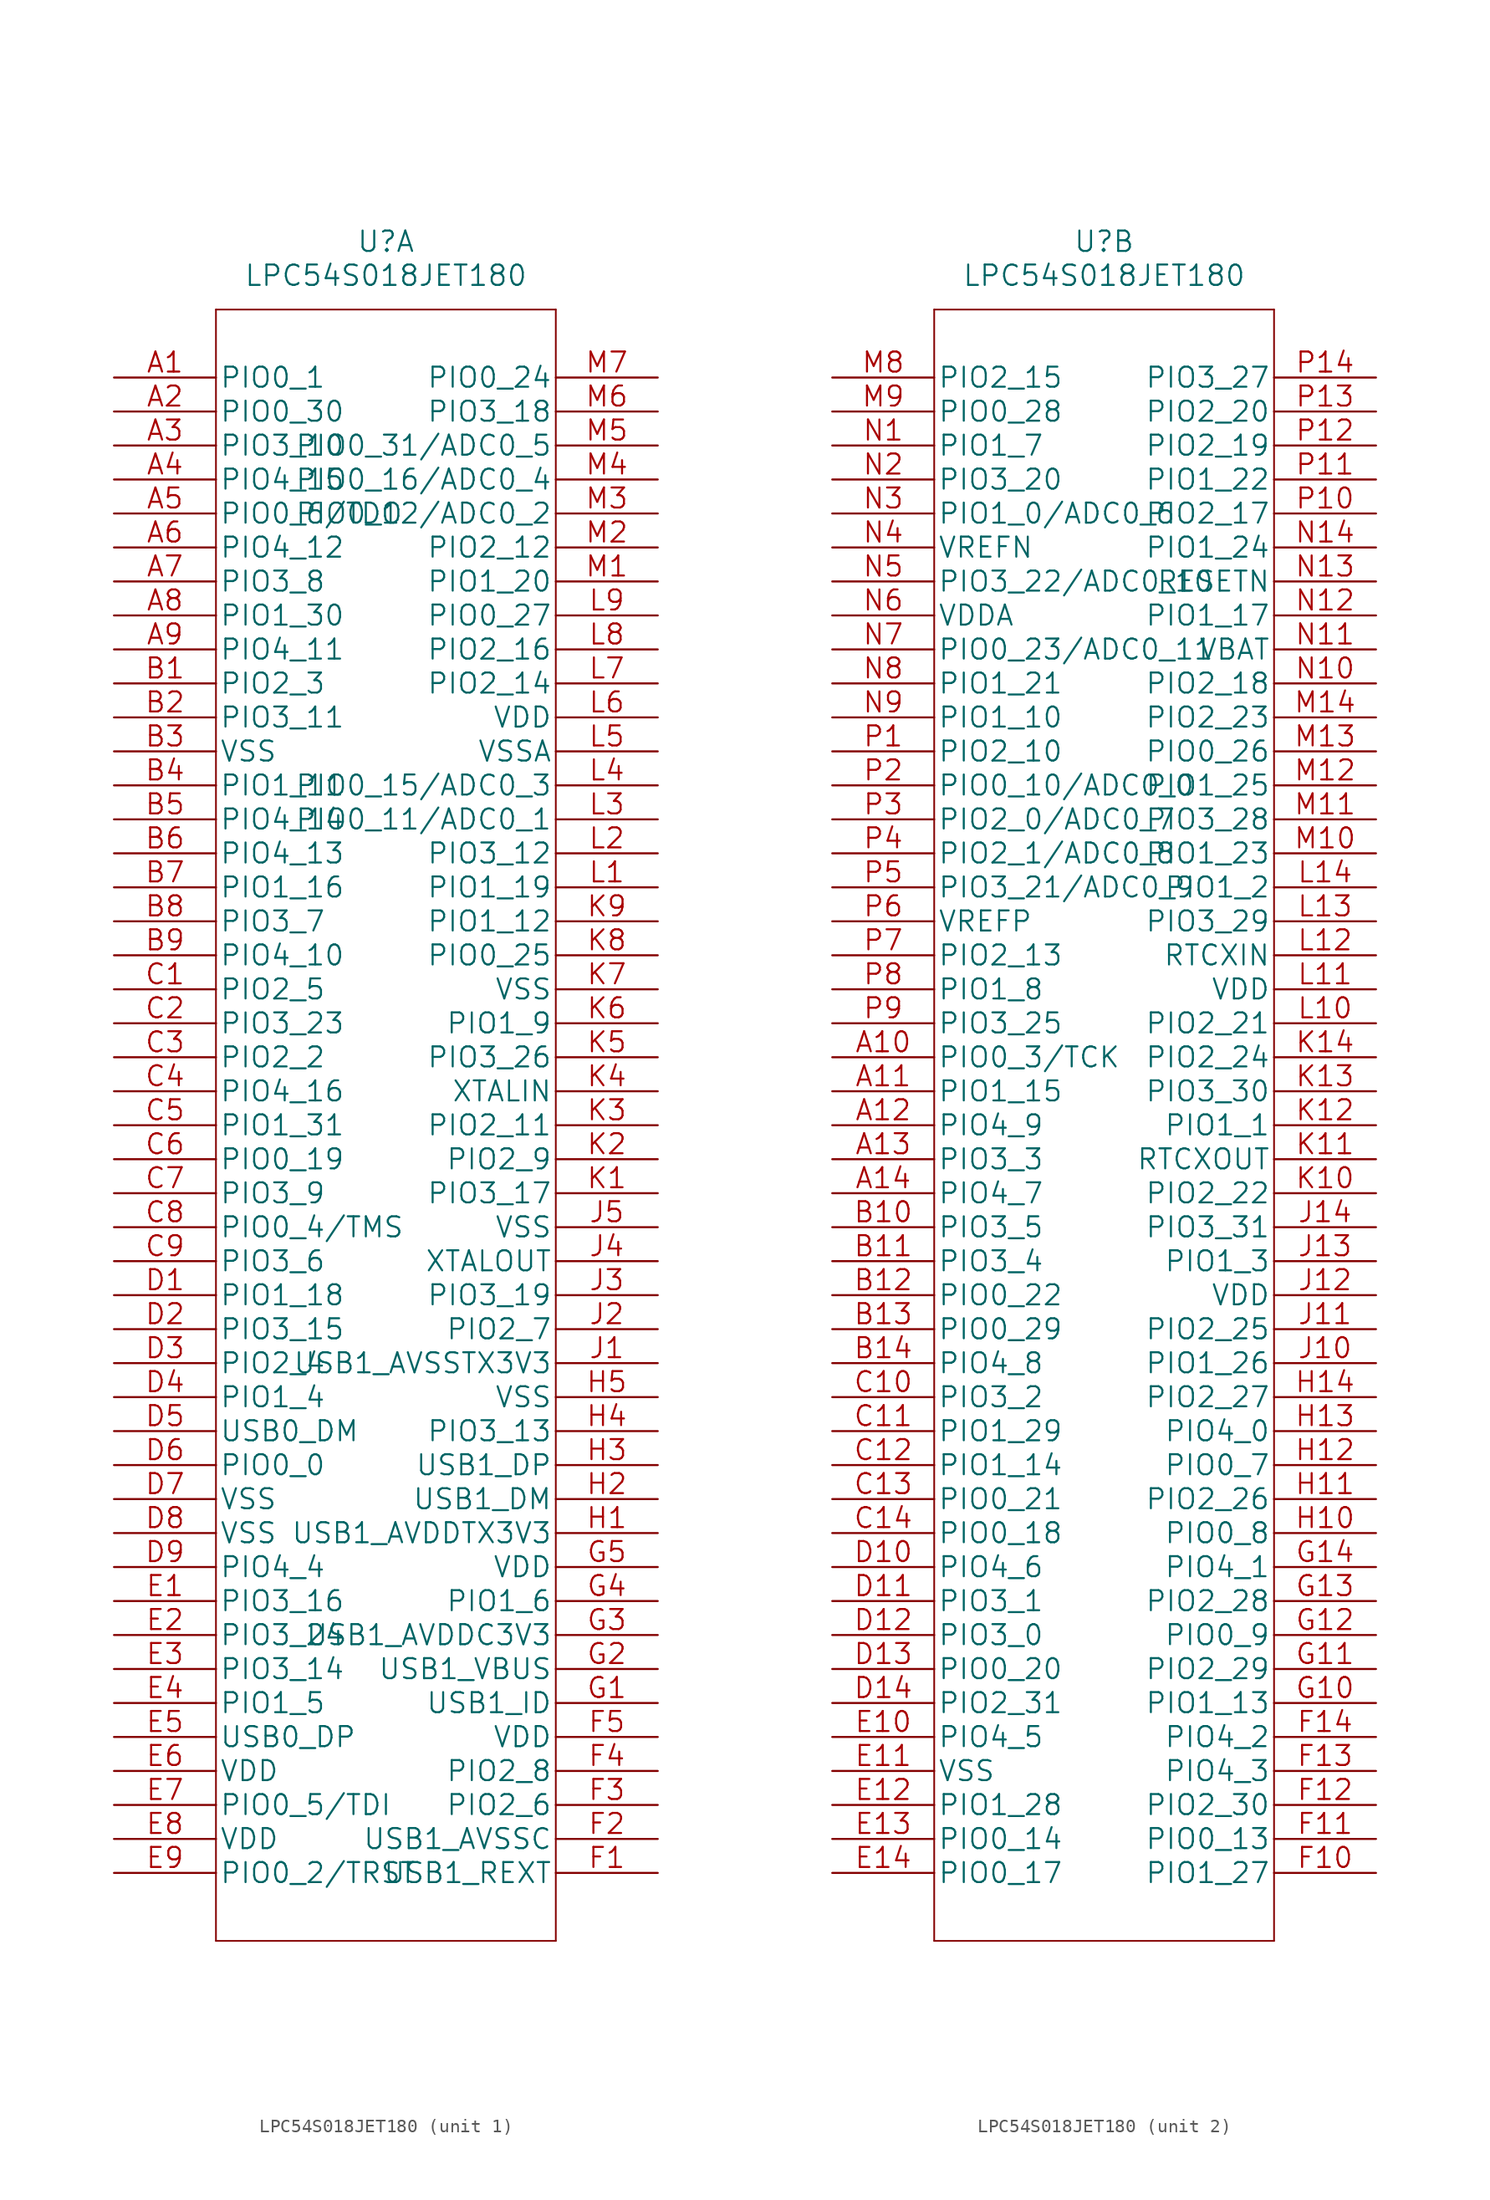
<source format=kicad_sym>
(kicad_symbol_lib
  (version 20220914)
  (generator kicad_symbol_editor)
  (symbol "LPC54S018JET180"
    (pin_names
      (offset 0.254))
    (property "Reference" "U"
      (at 20.32 10.16 0)
      (effects (font (size 1.524 1.524))))
    (property "Value" "LPC54S018JET180"
      (at 20.32 7.62 0)
      (effects (font (size 1.524 1.524))))
    (property "Datasheet" ""
      (at 0 0 0)
      (effects (font (size 1.524 1.524))))
    (symbol "LPC54S018JET180_1_1"
      (polyline (pts (xy 7.62 -116.84) (xy 33.02 -116.84)) (stroke (width 0.127) (type solid)) (fill (type none)))
      (polyline (pts (xy 7.62 5.08) (xy 7.62 -116.84)) (stroke (width 0.127) (type solid)) (fill (type none)))
      (polyline (pts (xy 33.02 -116.84) (xy 33.02 5.08)) (stroke (width 0.127) (type solid)) (fill (type none)))
      (polyline (pts (xy 33.02 5.08) (xy 7.62 5.08)) (stroke (width 0.127) (type solid)) (fill (type none)))
      (pin bidirectional line (at 0 0 0) (length 7.62) (name "PIO0_1" (effects (font (size 1.499 1.499)))) (number "A1" (effects (font (size 1.499 1.499)))))
      (pin bidirectional line (at 0 -2.54 0) (length 7.62) (name "PIO0_30" (effects (font (size 1.499 1.499)))) (number "A2" (effects (font (size 1.499 1.499)))))
      (pin bidirectional line (at 0 -5.08 0) (length 7.62) (name "PIO3_10" (effects (font (size 1.499 1.499)))) (number "A3" (effects (font (size 1.499 1.499)))))
      (pin bidirectional line (at 0 -7.62 0) (length 7.62) (name "PIO4_15" (effects (font (size 1.499 1.499)))) (number "A4" (effects (font (size 1.499 1.499)))))
      (pin bidirectional line (at 0 -10.16 0) (length 7.62) (name "PIO0_6/TDO" (effects (font (size 1.499 1.499)))) (number "A5" (effects (font (size 1.499 1.499)))))
      (pin bidirectional line (at 0 -12.7 0) (length 7.62) (name "PIO4_12" (effects (font (size 1.499 1.499)))) (number "A6" (effects (font (size 1.499 1.499)))))
      (pin bidirectional line (at 0 -15.24 0) (length 7.62) (name "PIO3_8" (effects (font (size 1.499 1.499)))) (number "A7" (effects (font (size 1.499 1.499)))))
      (pin bidirectional line (at 0 -17.78 0) (length 7.62) (name "PIO1_30" (effects (font (size 1.499 1.499)))) (number "A8" (effects (font (size 1.499 1.499)))))
      (pin bidirectional line (at 0 -20.32 0) (length 7.62) (name "PIO4_11" (effects (font (size 1.499 1.499)))) (number "A9" (effects (font (size 1.499 1.499)))))
      (pin bidirectional line (at 0 -22.86 0) (length 7.62) (name "PIO2_3" (effects (font (size 1.499 1.499)))) (number "B1" (effects (font (size 1.499 1.499)))))
      (pin bidirectional line (at 0 -25.4 0) (length 7.62) (name "PIO3_11" (effects (font (size 1.499 1.499)))) (number "B2" (effects (font (size 1.499 1.499)))))
      (pin power_in line (at 0 -27.94 0) (length 7.62) (name "VSS" (effects (font (size 1.499 1.499)))) (number "B3" (effects (font (size 1.499 1.499)))))
      (pin bidirectional line (at 0 -30.48 0) (length 7.62) (name "PIO1_11" (effects (font (size 1.499 1.499)))) (number "B4" (effects (font (size 1.499 1.499)))))
      (pin bidirectional line (at 0 -33.02 0) (length 7.62) (name "PIO4_14" (effects (font (size 1.499 1.499)))) (number "B5" (effects (font (size 1.499 1.499)))))
      (pin bidirectional line (at 0 -35.56 0) (length 7.62) (name "PIO4_13" (effects (font (size 1.499 1.499)))) (number "B6" (effects (font (size 1.499 1.499)))))
      (pin bidirectional line (at 0 -38.1 0) (length 7.62) (name "PIO1_16" (effects (font (size 1.499 1.499)))) (number "B7" (effects (font (size 1.499 1.499)))))
      (pin bidirectional line (at 0 -40.64 0) (length 7.62) (name "PIO3_7" (effects (font (size 1.499 1.499)))) (number "B8" (effects (font (size 1.499 1.499)))))
      (pin bidirectional line (at 0 -43.18 0) (length 7.62) (name "PIO4_10" (effects (font (size 1.499 1.499)))) (number "B9" (effects (font (size 1.499 1.499)))))
      (pin bidirectional line (at 0 -45.72 0) (length 7.62) (name "PIO2_5" (effects (font (size 1.499 1.499)))) (number "C1" (effects (font (size 1.499 1.499)))))
      (pin bidirectional line (at 0 -48.26 0) (length 7.62) (name "PIO3_23" (effects (font (size 1.499 1.499)))) (number "C2" (effects (font (size 1.499 1.499)))))
      (pin bidirectional line (at 0 -50.8 0) (length 7.62) (name "PIO2_2" (effects (font (size 1.499 1.499)))) (number "C3" (effects (font (size 1.499 1.499)))))
      (pin bidirectional line (at 0 -53.34 0) (length 7.62) (name "PIO4_16" (effects (font (size 1.499 1.499)))) (number "C4" (effects (font (size 1.499 1.499)))))
      (pin bidirectional line (at 0 -55.88 0) (length 7.62) (name "PIO1_31" (effects (font (size 1.499 1.499)))) (number "C5" (effects (font (size 1.499 1.499)))))
      (pin bidirectional line (at 0 -58.42 0) (length 7.62) (name "PIO0_19" (effects (font (size 1.499 1.499)))) (number "C6" (effects (font (size 1.499 1.499)))))
      (pin bidirectional line (at 0 -60.96 0) (length 7.62) (name "PIO3_9" (effects (font (size 1.499 1.499)))) (number "C7" (effects (font (size 1.499 1.499)))))
      (pin bidirectional line (at 0 -63.5 0) (length 7.62) (name "PIO0_4/TMS" (effects (font (size 1.499 1.499)))) (number "C8" (effects (font (size 1.499 1.499)))))
      (pin bidirectional line (at 0 -66.04 0) (length 7.62) (name "PIO3_6" (effects (font (size 1.499 1.499)))) (number "C9" (effects (font (size 1.499 1.499)))))
      (pin bidirectional line (at 0 -68.58 0) (length 7.62) (name "PIO1_18" (effects (font (size 1.499 1.499)))) (number "D1" (effects (font (size 1.499 1.499)))))
      (pin bidirectional line (at 0 -71.12 0) (length 7.62) (name "PIO3_15" (effects (font (size 1.499 1.499)))) (number "D2" (effects (font (size 1.499 1.499)))))
      (pin bidirectional line (at 0 -73.66 0) (length 7.62) (name "PIO2_4" (effects (font (size 1.499 1.499)))) (number "D3" (effects (font (size 1.499 1.499)))))
      (pin bidirectional line (at 0 -76.2 0) (length 7.62) (name "PIO1_4" (effects (font (size 1.499 1.499)))) (number "D4" (effects (font (size 1.499 1.499)))))
      (pin bidirectional line (at 0 -78.74 0) (length 7.62) (name "USB0_DM" (effects (font (size 1.499 1.499)))) (number "D5" (effects (font (size 1.499 1.499)))))
      (pin bidirectional line (at 0 -81.28 0) (length 7.62) (name "PIO0_0" (effects (font (size 1.499 1.499)))) (number "D6" (effects (font (size 1.499 1.499)))))
      (pin power_in line (at 0 -83.82 0) (length 7.62) (name "VSS" (effects (font (size 1.499 1.499)))) (number "D7" (effects (font (size 1.499 1.499)))))
      (pin power_in line (at 0 -86.36 0) (length 7.62) (name "VSS" (effects (font (size 1.499 1.499)))) (number "D8" (effects (font (size 1.499 1.499)))))
      (pin bidirectional line (at 0 -88.9 0) (length 7.62) (name "PIO4_4" (effects (font (size 1.499 1.499)))) (number "D9" (effects (font (size 1.499 1.499)))))
      (pin bidirectional line (at 0 -91.44 0) (length 7.62) (name "PIO3_16" (effects (font (size 1.499 1.499)))) (number "E1" (effects (font (size 1.499 1.499)))))
      (pin bidirectional line (at 0 -93.98 0) (length 7.62) (name "PIO3_24" (effects (font (size 1.499 1.499)))) (number "E2" (effects (font (size 1.499 1.499)))))
      (pin bidirectional line (at 0 -96.52 0) (length 7.62) (name "PIO3_14" (effects (font (size 1.499 1.499)))) (number "E3" (effects (font (size 1.499 1.499)))))
      (pin bidirectional line (at 0 -99.06 0) (length 7.62) (name "PIO1_5" (effects (font (size 1.499 1.499)))) (number "E4" (effects (font (size 1.499 1.499)))))
      (pin bidirectional line (at 0 -101.6 0) (length 7.62) (name "USB0_DP" (effects (font (size 1.499 1.499)))) (number "E5" (effects (font (size 1.499 1.499)))))
      (pin power_in line (at 0 -104.14 0) (length 7.62) (name "VDD" (effects (font (size 1.499 1.499)))) (number "E6" (effects (font (size 1.499 1.499)))))
      (pin bidirectional line (at 0 -106.68 0) (length 7.62) (name "PIO0_5/TDI" (effects (font (size 1.499 1.499)))) (number "E7" (effects (font (size 1.499 1.499)))))
      (pin power_in line (at 0 -109.22 0) (length 7.62) (name "VDD" (effects (font (size 1.499 1.499)))) (number "E8" (effects (font (size 1.499 1.499)))))
      (pin bidirectional line (at 0 -111.76 0) (length 7.62) (name "PIO0_2/TRST" (effects (font (size 1.499 1.499)))) (number "E9" (effects (font (size 1.499 1.499)))))
      (pin unspecified line (at 40.64 -111.76 180) (length 7.62) (name "USB1_REXT" (effects (font (size 1.499 1.499)))) (number "F1" (effects (font (size 1.499 1.499)))))
      (pin power_in line (at 40.64 -109.22 180) (length 7.62) (name "USB1_AVSSC" (effects (font (size 1.499 1.499)))) (number "F2" (effects (font (size 1.499 1.499)))))
      (pin bidirectional line (at 40.64 -106.68 180) (length 7.62) (name "PIO2_6" (effects (font (size 1.499 1.499)))) (number "F3" (effects (font (size 1.499 1.499)))))
      (pin bidirectional line (at 40.64 -104.14 180) (length 7.62) (name "PIO2_8" (effects (font (size 1.499 1.499)))) (number "F4" (effects (font (size 1.499 1.499)))))
      (pin power_in line (at 40.64 -101.6 180) (length 7.62) (name "VDD" (effects (font (size 1.499 1.499)))) (number "F5" (effects (font (size 1.499 1.499)))))
      (pin bidirectional line (at 40.64 -99.06 180) (length 7.62) (name "USB1_ID" (effects (font (size 1.499 1.499)))) (number "G1" (effects (font (size 1.499 1.499)))))
      (pin power_in line (at 40.64 -96.52 180) (length 7.62) (name "USB1_VBUS" (effects (font (size 1.499 1.499)))) (number "G2" (effects (font (size 1.499 1.499)))))
      (pin power_in line (at 40.64 -93.98 180) (length 7.62) (name "USB1_AVDDC3V3" (effects (font (size 1.499 1.499)))) (number "G3" (effects (font (size 1.499 1.499)))))
      (pin bidirectional line (at 40.64 -91.44 180) (length 7.62) (name "PIO1_6" (effects (font (size 1.499 1.499)))) (number "G4" (effects (font (size 1.499 1.499)))))
      (pin power_in line (at 40.64 -88.9 180) (length 7.62) (name "VDD" (effects (font (size 1.499 1.499)))) (number "G5" (effects (font (size 1.499 1.499)))))
      (pin power_in line (at 40.64 -86.36 180) (length 7.62) (name "USB1_AVDDTX3V3" (effects (font (size 1.499 1.499)))) (number "H1" (effects (font (size 1.499 1.499)))))
      (pin bidirectional line (at 40.64 -83.82 180) (length 7.62) (name "USB1_DM" (effects (font (size 1.499 1.499)))) (number "H2" (effects (font (size 1.499 1.499)))))
      (pin bidirectional line (at 40.64 -81.28 180) (length 7.62) (name "USB1_DP" (effects (font (size 1.499 1.499)))) (number "H3" (effects (font (size 1.499 1.499)))))
      (pin bidirectional line (at 40.64 -78.74 180) (length 7.62) (name "PIO3_13" (effects (font (size 1.499 1.499)))) (number "H4" (effects (font (size 1.499 1.499)))))
      (pin power_in line (at 40.64 -76.2 180) (length 7.62) (name "VSS" (effects (font (size 1.499 1.499)))) (number "H5" (effects (font (size 1.499 1.499)))))
      (pin power_in line (at 40.64 -73.66 180) (length 7.62) (name "USB1_AVSSTX3V3" (effects (font (size 1.499 1.499)))) (number "J1" (effects (font (size 1.499 1.499)))))
      (pin bidirectional line (at 40.64 -71.12 180) (length 7.62) (name "PIO2_7" (effects (font (size 1.499 1.499)))) (number "J2" (effects (font (size 1.499 1.499)))))
      (pin bidirectional line (at 40.64 -68.58 180) (length 7.62) (name "PIO3_19" (effects (font (size 1.499 1.499)))) (number "J3" (effects (font (size 1.499 1.499)))))
      (pin output line (at 40.64 -66.04 180) (length 7.62) (name "XTALOUT" (effects (font (size 1.499 1.499)))) (number "J4" (effects (font (size 1.499 1.499)))))
      (pin power_in line (at 40.64 -63.5 180) (length 7.62) (name "VSS" (effects (font (size 1.499 1.499)))) (number "J5" (effects (font (size 1.499 1.499)))))
      (pin bidirectional line (at 40.64 -60.96 180) (length 7.62) (name "PIO3_17" (effects (font (size 1.499 1.499)))) (number "K1" (effects (font (size 1.499 1.499)))))
      (pin bidirectional line (at 40.64 -58.42 180) (length 7.62) (name "PIO2_9" (effects (font (size 1.499 1.499)))) (number "K2" (effects (font (size 1.499 1.499)))))
      (pin bidirectional line (at 40.64 -55.88 180) (length 7.62) (name "PIO2_11" (effects (font (size 1.499 1.499)))) (number "K3" (effects (font (size 1.499 1.499)))))
      (pin input line (at 40.64 -53.34 180) (length 7.62) (name "XTALIN" (effects (font (size 1.499 1.499)))) (number "K4" (effects (font (size 1.499 1.499)))))
      (pin bidirectional line (at 40.64 -50.8 180) (length 7.62) (name "PIO3_26" (effects (font (size 1.499 1.499)))) (number "K5" (effects (font (size 1.499 1.499)))))
      (pin bidirectional line (at 40.64 -48.26 180) (length 7.62) (name "PIO1_9" (effects (font (size 1.499 1.499)))) (number "K6" (effects (font (size 1.499 1.499)))))
      (pin power_in line (at 40.64 -45.72 180) (length 7.62) (name "VSS" (effects (font (size 1.499 1.499)))) (number "K7" (effects (font (size 1.499 1.499)))))
      (pin bidirectional line (at 40.64 -43.18 180) (length 7.62) (name "PIO0_25" (effects (font (size 1.499 1.499)))) (number "K8" (effects (font (size 1.499 1.499)))))
      (pin bidirectional line (at 40.64 -40.64 180) (length 7.62) (name "PIO1_12" (effects (font (size 1.499 1.499)))) (number "K9" (effects (font (size 1.499 1.499)))))
      (pin bidirectional line (at 40.64 -38.1 180) (length 7.62) (name "PIO1_19" (effects (font (size 1.499 1.499)))) (number "L1" (effects (font (size 1.499 1.499)))))
      (pin bidirectional line (at 40.64 -35.56 180) (length 7.62) (name "PIO3_12" (effects (font (size 1.499 1.499)))) (number "L2" (effects (font (size 1.499 1.499)))))
      (pin bidirectional line (at 40.64 -33.02 180) (length 7.62) (name "PIO0_11/ADC0_1" (effects (font (size 1.499 1.499)))) (number "L3" (effects (font (size 1.499 1.499)))))
      (pin bidirectional line (at 40.64 -30.48 180) (length 7.62) (name "PIO0_15/ADC0_3" (effects (font (size 1.499 1.499)))) (number "L4" (effects (font (size 1.499 1.499)))))
      (pin power_in line (at 40.64 -27.94 180) (length 7.62) (name "VSSA" (effects (font (size 1.499 1.499)))) (number "L5" (effects (font (size 1.499 1.499)))))
      (pin power_in line (at 40.64 -25.4 180) (length 7.62) (name "VDD" (effects (font (size 1.499 1.499)))) (number "L6" (effects (font (size 1.499 1.499)))))
      (pin bidirectional line (at 40.64 -22.86 180) (length 7.62) (name "PIO2_14" (effects (font (size 1.499 1.499)))) (number "L7" (effects (font (size 1.499 1.499)))))
      (pin bidirectional line (at 40.64 -20.32 180) (length 7.62) (name "PIO2_16" (effects (font (size 1.499 1.499)))) (number "L8" (effects (font (size 1.499 1.499)))))
      (pin bidirectional line (at 40.64 -17.78 180) (length 7.62) (name "PIO0_27" (effects (font (size 1.499 1.499)))) (number "L9" (effects (font (size 1.499 1.499)))))
      (pin bidirectional line (at 40.64 -15.24 180) (length 7.62) (name "PIO1_20" (effects (font (size 1.499 1.499)))) (number "M1" (effects (font (size 1.499 1.499)))))
      (pin bidirectional line (at 40.64 -12.7 180) (length 7.62) (name "PIO2_12" (effects (font (size 1.499 1.499)))) (number "M2" (effects (font (size 1.499 1.499)))))
      (pin bidirectional line (at 40.64 -10.16 180) (length 7.62) (name "PIO0_12/ADC0_2" (effects (font (size 1.499 1.499)))) (number "M3" (effects (font (size 1.499 1.499)))))
      (pin bidirectional line (at 40.64 -7.62 180) (length 7.62) (name "PIO0_16/ADC0_4" (effects (font (size 1.499 1.499)))) (number "M4" (effects (font (size 1.499 1.499)))))
      (pin bidirectional line (at 40.64 -5.08 180) (length 7.62) (name "PIO0_31/ADC0_5" (effects (font (size 1.499 1.499)))) (number "M5" (effects (font (size 1.499 1.499)))))
      (pin bidirectional line (at 40.64 -2.54 180) (length 7.62) (name "PIO3_18" (effects (font (size 1.499 1.499)))) (number "M6" (effects (font (size 1.499 1.499)))))
      (pin bidirectional line (at 40.64 0 180) (length 7.62) (name "PIO0_24" (effects (font (size 1.499 1.499)))) (number "M7" (effects (font (size 1.499 1.499))))))
    (symbol "LPC54S018JET180_2_1"
      (polyline (pts (xy 7.62 -116.84) (xy 33.02 -116.84)) (stroke (width 0.127) (type solid)) (fill (type none)))
      (polyline (pts (xy 7.62 5.08) (xy 7.62 -116.84)) (stroke (width 0.127) (type solid)) (fill (type none)))
      (polyline (pts (xy 33.02 -116.84) (xy 33.02 5.08)) (stroke (width 0.127) (type solid)) (fill (type none)))
      (polyline (pts (xy 33.02 5.08) (xy 7.62 5.08)) (stroke (width 0.127) (type solid)) (fill (type none)))
      (pin bidirectional line (at 0 -50.8 0) (length 7.62) (name "PIO0_3/TCK" (effects (font (size 1.499 1.499)))) (number "A10" (effects (font (size 1.499 1.499)))))
      (pin bidirectional line (at 0 -53.34 0) (length 7.62) (name "PIO1_15" (effects (font (size 1.499 1.499)))) (number "A11" (effects (font (size 1.499 1.499)))))
      (pin bidirectional line (at 0 -55.88 0) (length 7.62) (name "PIO4_9" (effects (font (size 1.499 1.499)))) (number "A12" (effects (font (size 1.499 1.499)))))
      (pin bidirectional line (at 0 -58.42 0) (length 7.62) (name "PIO3_3" (effects (font (size 1.499 1.499)))) (number "A13" (effects (font (size 1.499 1.499)))))
      (pin bidirectional line (at 0 -60.96 0) (length 7.62) (name "PIO4_7" (effects (font (size 1.499 1.499)))) (number "A14" (effects (font (size 1.499 1.499)))))
      (pin bidirectional line (at 0 -63.5 0) (length 7.62) (name "PIO3_5" (effects (font (size 1.499 1.499)))) (number "B10" (effects (font (size 1.499 1.499)))))
      (pin bidirectional line (at 0 -66.04 0) (length 7.62) (name "PIO3_4" (effects (font (size 1.499 1.499)))) (number "B11" (effects (font (size 1.499 1.499)))))
      (pin bidirectional line (at 0 -68.58 0) (length 7.62) (name "PIO0_22" (effects (font (size 1.499 1.499)))) (number "B12" (effects (font (size 1.499 1.499)))))
      (pin bidirectional line (at 0 -71.12 0) (length 7.62) (name "PIO0_29" (effects (font (size 1.499 1.499)))) (number "B13" (effects (font (size 1.499 1.499)))))
      (pin bidirectional line (at 0 -73.66 0) (length 7.62) (name "PIO4_8" (effects (font (size 1.499 1.499)))) (number "B14" (effects (font (size 1.499 1.499)))))
      (pin bidirectional line (at 0 -76.2 0) (length 7.62) (name "PIO3_2" (effects (font (size 1.499 1.499)))) (number "C10" (effects (font (size 1.499 1.499)))))
      (pin bidirectional line (at 0 -78.74 0) (length 7.62) (name "PIO1_29" (effects (font (size 1.499 1.499)))) (number "C11" (effects (font (size 1.499 1.499)))))
      (pin bidirectional line (at 0 -81.28 0) (length 7.62) (name "PIO1_14" (effects (font (size 1.499 1.499)))) (number "C12" (effects (font (size 1.499 1.499)))))
      (pin bidirectional line (at 0 -83.82 0) (length 7.62) (name "PIO0_21" (effects (font (size 1.499 1.499)))) (number "C13" (effects (font (size 1.499 1.499)))))
      (pin bidirectional line (at 0 -86.36 0) (length 7.62) (name "PIO0_18" (effects (font (size 1.499 1.499)))) (number "C14" (effects (font (size 1.499 1.499)))))
      (pin bidirectional line (at 0 -88.9 0) (length 7.62) (name "PIO4_6" (effects (font (size 1.499 1.499)))) (number "D10" (effects (font (size 1.499 1.499)))))
      (pin bidirectional line (at 0 -91.44 0) (length 7.62) (name "PIO3_1" (effects (font (size 1.499 1.499)))) (number "D11" (effects (font (size 1.499 1.499)))))
      (pin bidirectional line (at 0 -93.98 0) (length 7.62) (name "PIO3_0" (effects (font (size 1.499 1.499)))) (number "D12" (effects (font (size 1.499 1.499)))))
      (pin bidirectional line (at 0 -96.52 0) (length 7.62) (name "PIO0_20" (effects (font (size 1.499 1.499)))) (number "D13" (effects (font (size 1.499 1.499)))))
      (pin bidirectional line (at 0 -99.06 0) (length 7.62) (name "PIO2_31" (effects (font (size 1.499 1.499)))) (number "D14" (effects (font (size 1.499 1.499)))))
      (pin bidirectional line (at 0 -101.6 0) (length 7.62) (name "PIO4_5" (effects (font (size 1.499 1.499)))) (number "E10" (effects (font (size 1.499 1.499)))))
      (pin power_in line (at 0 -104.14 0) (length 7.62) (name "VSS" (effects (font (size 1.499 1.499)))) (number "E11" (effects (font (size 1.499 1.499)))))
      (pin bidirectional line (at 0 -106.68 0) (length 7.62) (name "PIO1_28" (effects (font (size 1.499 1.499)))) (number "E12" (effects (font (size 1.499 1.499)))))
      (pin bidirectional line (at 0 -109.22 0) (length 7.62) (name "PIO0_14" (effects (font (size 1.499 1.499)))) (number "E13" (effects (font (size 1.499 1.499)))))
      (pin bidirectional line (at 0 -111.76 0) (length 7.62) (name "PIO0_17" (effects (font (size 1.499 1.499)))) (number "E14" (effects (font (size 1.499 1.499)))))
      (pin bidirectional line (at 40.64 -111.76 180) (length 7.62) (name "PIO1_27" (effects (font (size 1.499 1.499)))) (number "F10" (effects (font (size 1.499 1.499)))))
      (pin bidirectional line (at 40.64 -109.22 180) (length 7.62) (name "PIO0_13" (effects (font (size 1.499 1.499)))) (number "F11" (effects (font (size 1.499 1.499)))))
      (pin bidirectional line (at 40.64 -106.68 180) (length 7.62) (name "PIO2_30" (effects (font (size 1.499 1.499)))) (number "F12" (effects (font (size 1.499 1.499)))))
      (pin bidirectional line (at 40.64 -104.14 180) (length 7.62) (name "PIO4_3" (effects (font (size 1.499 1.499)))) (number "F13" (effects (font (size 1.499 1.499)))))
      (pin bidirectional line (at 40.64 -101.6 180) (length 7.62) (name "PIO4_2" (effects (font (size 1.499 1.499)))) (number "F14" (effects (font (size 1.499 1.499)))))
      (pin bidirectional line (at 40.64 -99.06 180) (length 7.62) (name "PIO1_13" (effects (font (size 1.499 1.499)))) (number "G10" (effects (font (size 1.499 1.499)))))
      (pin bidirectional line (at 40.64 -96.52 180) (length 7.62) (name "PIO2_29" (effects (font (size 1.499 1.499)))) (number "G11" (effects (font (size 1.499 1.499)))))
      (pin bidirectional line (at 40.64 -93.98 180) (length 7.62) (name "PIO0_9" (effects (font (size 1.499 1.499)))) (number "G12" (effects (font (size 1.499 1.499)))))
      (pin bidirectional line (at 40.64 -91.44 180) (length 7.62) (name "PIO2_28" (effects (font (size 1.499 1.499)))) (number "G13" (effects (font (size 1.499 1.499)))))
      (pin bidirectional line (at 40.64 -88.9 180) (length 7.62) (name "PIO4_1" (effects (font (size 1.499 1.499)))) (number "G14" (effects (font (size 1.499 1.499)))))
      (pin bidirectional line (at 40.64 -86.36 180) (length 7.62) (name "PIO0_8" (effects (font (size 1.499 1.499)))) (number "H10" (effects (font (size 1.499 1.499)))))
      (pin bidirectional line (at 40.64 -83.82 180) (length 7.62) (name "PIO2_26" (effects (font (size 1.499 1.499)))) (number "H11" (effects (font (size 1.499 1.499)))))
      (pin bidirectional line (at 40.64 -81.28 180) (length 7.62) (name "PIO0_7" (effects (font (size 1.499 1.499)))) (number "H12" (effects (font (size 1.499 1.499)))))
      (pin bidirectional line (at 40.64 -78.74 180) (length 7.62) (name "PIO4_0" (effects (font (size 1.499 1.499)))) (number "H13" (effects (font (size 1.499 1.499)))))
      (pin bidirectional line (at 40.64 -76.2 180) (length 7.62) (name "PIO2_27" (effects (font (size 1.499 1.499)))) (number "H14" (effects (font (size 1.499 1.499)))))
      (pin bidirectional line (at 40.64 -73.66 180) (length 7.62) (name "PIO1_26" (effects (font (size 1.499 1.499)))) (number "J10" (effects (font (size 1.499 1.499)))))
      (pin bidirectional line (at 40.64 -71.12 180) (length 7.62) (name "PIO2_25" (effects (font (size 1.499 1.499)))) (number "J11" (effects (font (size 1.499 1.499)))))
      (pin power_in line (at 40.64 -68.58 180) (length 7.62) (name "VDD" (effects (font (size 1.499 1.499)))) (number "J12" (effects (font (size 1.499 1.499)))))
      (pin bidirectional line (at 40.64 -66.04 180) (length 7.62) (name "PIO1_3" (effects (font (size 1.499 1.499)))) (number "J13" (effects (font (size 1.499 1.499)))))
      (pin bidirectional line (at 40.64 -63.5 180) (length 7.62) (name "PIO3_31" (effects (font (size 1.499 1.499)))) (number "J14" (effects (font (size 1.499 1.499)))))
      (pin bidirectional line (at 40.64 -60.96 180) (length 7.62) (name "PIO2_22" (effects (font (size 1.499 1.499)))) (number "K10" (effects (font (size 1.499 1.499)))))
      (pin output line (at 40.64 -58.42 180) (length 7.62) (name "RTCXOUT" (effects (font (size 1.499 1.499)))) (number "K11" (effects (font (size 1.499 1.499)))))
      (pin bidirectional line (at 40.64 -55.88 180) (length 7.62) (name "PIO1_1" (effects (font (size 1.499 1.499)))) (number "K12" (effects (font (size 1.499 1.499)))))
      (pin bidirectional line (at 40.64 -53.34 180) (length 7.62) (name "PIO3_30" (effects (font (size 1.499 1.499)))) (number "K13" (effects (font (size 1.499 1.499)))))
      (pin bidirectional line (at 40.64 -50.8 180) (length 7.62) (name "PIO2_24" (effects (font (size 1.499 1.499)))) (number "K14" (effects (font (size 1.499 1.499)))))
      (pin bidirectional line (at 40.64 -48.26 180) (length 7.62) (name "PIO2_21" (effects (font (size 1.499 1.499)))) (number "L10" (effects (font (size 1.499 1.499)))))
      (pin power_in line (at 40.64 -45.72 180) (length 7.62) (name "VDD" (effects (font (size 1.499 1.499)))) (number "L11" (effects (font (size 1.499 1.499)))))
      (pin input line (at 40.64 -43.18 180) (length 7.62) (name "RTCXIN" (effects (font (size 1.499 1.499)))) (number "L12" (effects (font (size 1.499 1.499)))))
      (pin bidirectional line (at 40.64 -40.64 180) (length 7.62) (name "PIO3_29" (effects (font (size 1.499 1.499)))) (number "L13" (effects (font (size 1.499 1.499)))))
      (pin bidirectional line (at 40.64 -38.1 180) (length 7.62) (name "PIO1_2" (effects (font (size 1.499 1.499)))) (number "L14" (effects (font (size 1.499 1.499)))))
      (pin bidirectional line (at 40.64 -35.56 180) (length 7.62) (name "PIO1_23" (effects (font (size 1.499 1.499)))) (number "M10" (effects (font (size 1.499 1.499)))))
      (pin bidirectional line (at 40.64 -33.02 180) (length 7.62) (name "PIO3_28" (effects (font (size 1.499 1.499)))) (number "M11" (effects (font (size 1.499 1.499)))))
      (pin bidirectional line (at 40.64 -30.48 180) (length 7.62) (name "PIO1_25" (effects (font (size 1.499 1.499)))) (number "M12" (effects (font (size 1.499 1.499)))))
      (pin bidirectional line (at 40.64 -27.94 180) (length 7.62) (name "PIO0_26" (effects (font (size 1.499 1.499)))) (number "M13" (effects (font (size 1.499 1.499)))))
      (pin bidirectional line (at 40.64 -25.4 180) (length 7.62) (name "PIO2_23" (effects (font (size 1.499 1.499)))) (number "M14" (effects (font (size 1.499 1.499)))))
      (pin bidirectional line (at 0 0 0) (length 7.62) (name "PIO2_15" (effects (font (size 1.499 1.499)))) (number "M8" (effects (font (size 1.499 1.499)))))
      (pin bidirectional line (at 0 -2.54 0) (length 7.62) (name "PIO0_28" (effects (font (size 1.499 1.499)))) (number "M9" (effects (font (size 1.499 1.499)))))
      (pin bidirectional line (at 0 -5.08 0) (length 7.62) (name "PIO1_7" (effects (font (size 1.499 1.499)))) (number "N1" (effects (font (size 1.499 1.499)))))
      (pin bidirectional line (at 40.64 -22.86 180) (length 7.62) (name "PIO2_18" (effects (font (size 1.499 1.499)))) (number "N10" (effects (font (size 1.499 1.499)))))
      (pin power_in line (at 40.64 -20.32 180) (length 7.62) (name "VBAT" (effects (font (size 1.499 1.499)))) (number "N11" (effects (font (size 1.499 1.499)))))
      (pin bidirectional line (at 40.64 -17.78 180) (length 7.62) (name "PIO1_17" (effects (font (size 1.499 1.499)))) (number "N12" (effects (font (size 1.499 1.499)))))
      (pin input line (at 40.64 -15.24 180) (length 7.62) (name "RESETN" (effects (font (size 1.499 1.499)))) (number "N13" (effects (font (size 1.499 1.499)))))
      (pin bidirectional line (at 40.64 -12.7 180) (length 7.62) (name "PIO1_24" (effects (font (size 1.499 1.499)))) (number "N14" (effects (font (size 1.499 1.499)))))
      (pin bidirectional line (at 0 -7.62 0) (length 7.62) (name "PIO3_20" (effects (font (size 1.499 1.499)))) (number "N2" (effects (font (size 1.499 1.499)))))
      (pin bidirectional line (at 0 -10.16 0) (length 7.62) (name "PIO1_0/ADC0_6" (effects (font (size 1.499 1.499)))) (number "N3" (effects (font (size 1.499 1.499)))))
      (pin power_in line (at 0 -12.7 0) (length 7.62) (name "VREFN" (effects (font (size 1.499 1.499)))) (number "N4" (effects (font (size 1.499 1.499)))))
      (pin bidirectional line (at 0 -15.24 0) (length 7.62) (name "PIO3_22/ADC0_10" (effects (font (size 1.499 1.499)))) (number "N5" (effects (font (size 1.499 1.499)))))
      (pin power_in line (at 0 -17.78 0) (length 7.62) (name "VDDA" (effects (font (size 1.499 1.499)))) (number "N6" (effects (font (size 1.499 1.499)))))
      (pin bidirectional line (at 0 -20.32 0) (length 7.62) (name "PIO0_23/ADC0_11" (effects (font (size 1.499 1.499)))) (number "N7" (effects (font (size 1.499 1.499)))))
      (pin bidirectional line (at 0 -22.86 0) (length 7.62) (name "PIO1_21" (effects (font (size 1.499 1.499)))) (number "N8" (effects (font (size 1.499 1.499)))))
      (pin bidirectional line (at 0 -25.4 0) (length 7.62) (name "PIO1_10" (effects (font (size 1.499 1.499)))) (number "N9" (effects (font (size 1.499 1.499)))))
      (pin bidirectional line (at 0 -27.94 0) (length 7.62) (name "PIO2_10" (effects (font (size 1.499 1.499)))) (number "P1" (effects (font (size 1.499 1.499)))))
      (pin bidirectional line (at 40.64 -10.16 180) (length 7.62) (name "PIO2_17" (effects (font (size 1.499 1.499)))) (number "P10" (effects (font (size 1.499 1.499)))))
      (pin bidirectional line (at 40.64 -7.62 180) (length 7.62) (name "PIO1_22" (effects (font (size 1.499 1.499)))) (number "P11" (effects (font (size 1.499 1.499)))))
      (pin bidirectional line (at 40.64 -5.08 180) (length 7.62) (name "PIO2_19" (effects (font (size 1.499 1.499)))) (number "P12" (effects (font (size 1.499 1.499)))))
      (pin bidirectional line (at 40.64 -2.54 180) (length 7.62) (name "PIO2_20" (effects (font (size 1.499 1.499)))) (number "P13" (effects (font (size 1.499 1.499)))))
      (pin bidirectional line (at 40.64 0 180) (length 7.62) (name "PIO3_27" (effects (font (size 1.499 1.499)))) (number "P14" (effects (font (size 1.499 1.499)))))
      (pin bidirectional line (at 0 -30.48 0) (length 7.62) (name "PIO0_10/ADC0_0" (effects (font (size 1.499 1.499)))) (number "P2" (effects (font (size 1.499 1.499)))))
      (pin bidirectional line (at 0 -33.02 0) (length 7.62) (name "PIO2_0/ADC0_7" (effects (font (size 1.499 1.499)))) (number "P3" (effects (font (size 1.499 1.499)))))
      (pin bidirectional line (at 0 -35.56 0) (length 7.62) (name "PIO2_1/ADC0_8" (effects (font (size 1.499 1.499)))) (number "P4" (effects (font (size 1.499 1.499)))))
      (pin bidirectional line (at 0 -38.1 0) (length 7.62) (name "PIO3_21/ADC0_9" (effects (font (size 1.499 1.499)))) (number "P5" (effects (font (size 1.499 1.499)))))
      (pin power_in line (at 0 -40.64 0) (length 7.62) (name "VREFP" (effects (font (size 1.499 1.499)))) (number "P6" (effects (font (size 1.499 1.499)))))
      (pin bidirectional line (at 0 -43.18 0) (length 7.62) (name "PIO2_13" (effects (font (size 1.499 1.499)))) (number "P7" (effects (font (size 1.499 1.499)))))
      (pin bidirectional line (at 0 -45.72 0) (length 7.62) (name "PIO1_8" (effects (font (size 1.499 1.499)))) (number "P8" (effects (font (size 1.499 1.499)))))
      (pin bidirectional line (at 0 -48.26 0) (length 7.62) (name "PIO3_25" (effects (font (size 1.499 1.499)))) (number "P9" (effects (font (size 1.499 1.499))))))))
</source>
